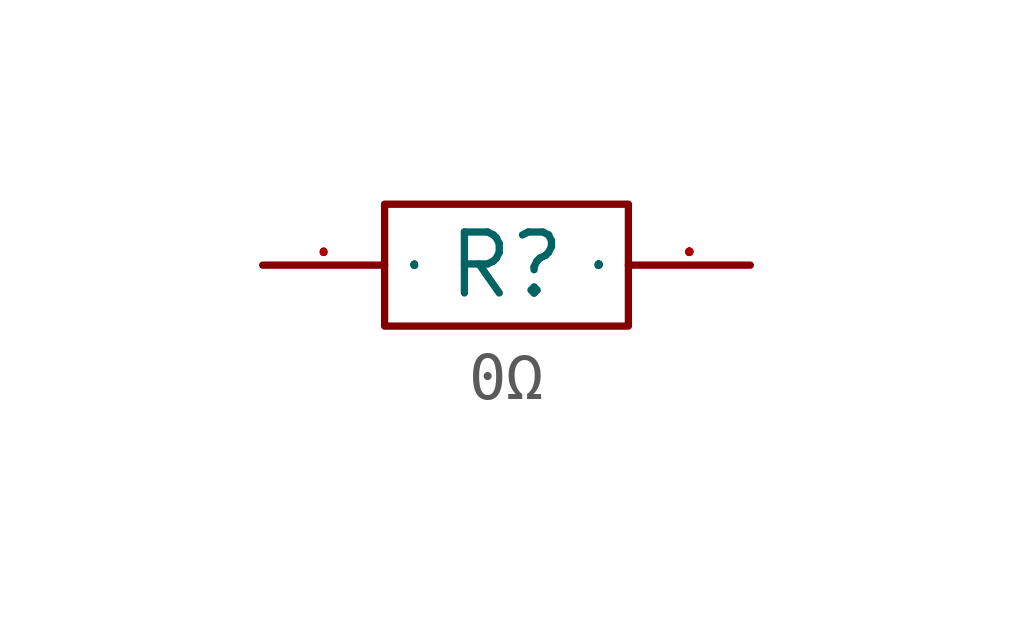
<source format=kicad_sym>
(kicad_symbol_lib
  (version 20231120)
  (generator "kicad_symbol_editor")
  (generator_version "8.0")
  (symbol "0Ω"
    (property "Reference" "R"
      (at 0 0 0)
      (effects (font (size 1.27 1.27))))
    (property "Value" ""
      (at 0 0 0)
      (effects (font (size 1.27 1.27))))
    (symbol "0Ω_1_0"
      (rectangle (start -2.54 -1.27) (end 2.54 1.27) (stroke (width 0) (type default)) (fill (type none)))
      (pin unspecified line (at -5.08 0 0) (length 2.54) (name "1" (effects (font (size 0.025 0.025)))) (number "1" (effects (font (size 0.025 0.025)))))
      (pin unspecified line (at 5.08 0 180) (length 2.54) (name "2" (effects (font (size 0.025 0.025)))) (number "2" (effects (font (size 0.025 0.025))))))))
</source>
